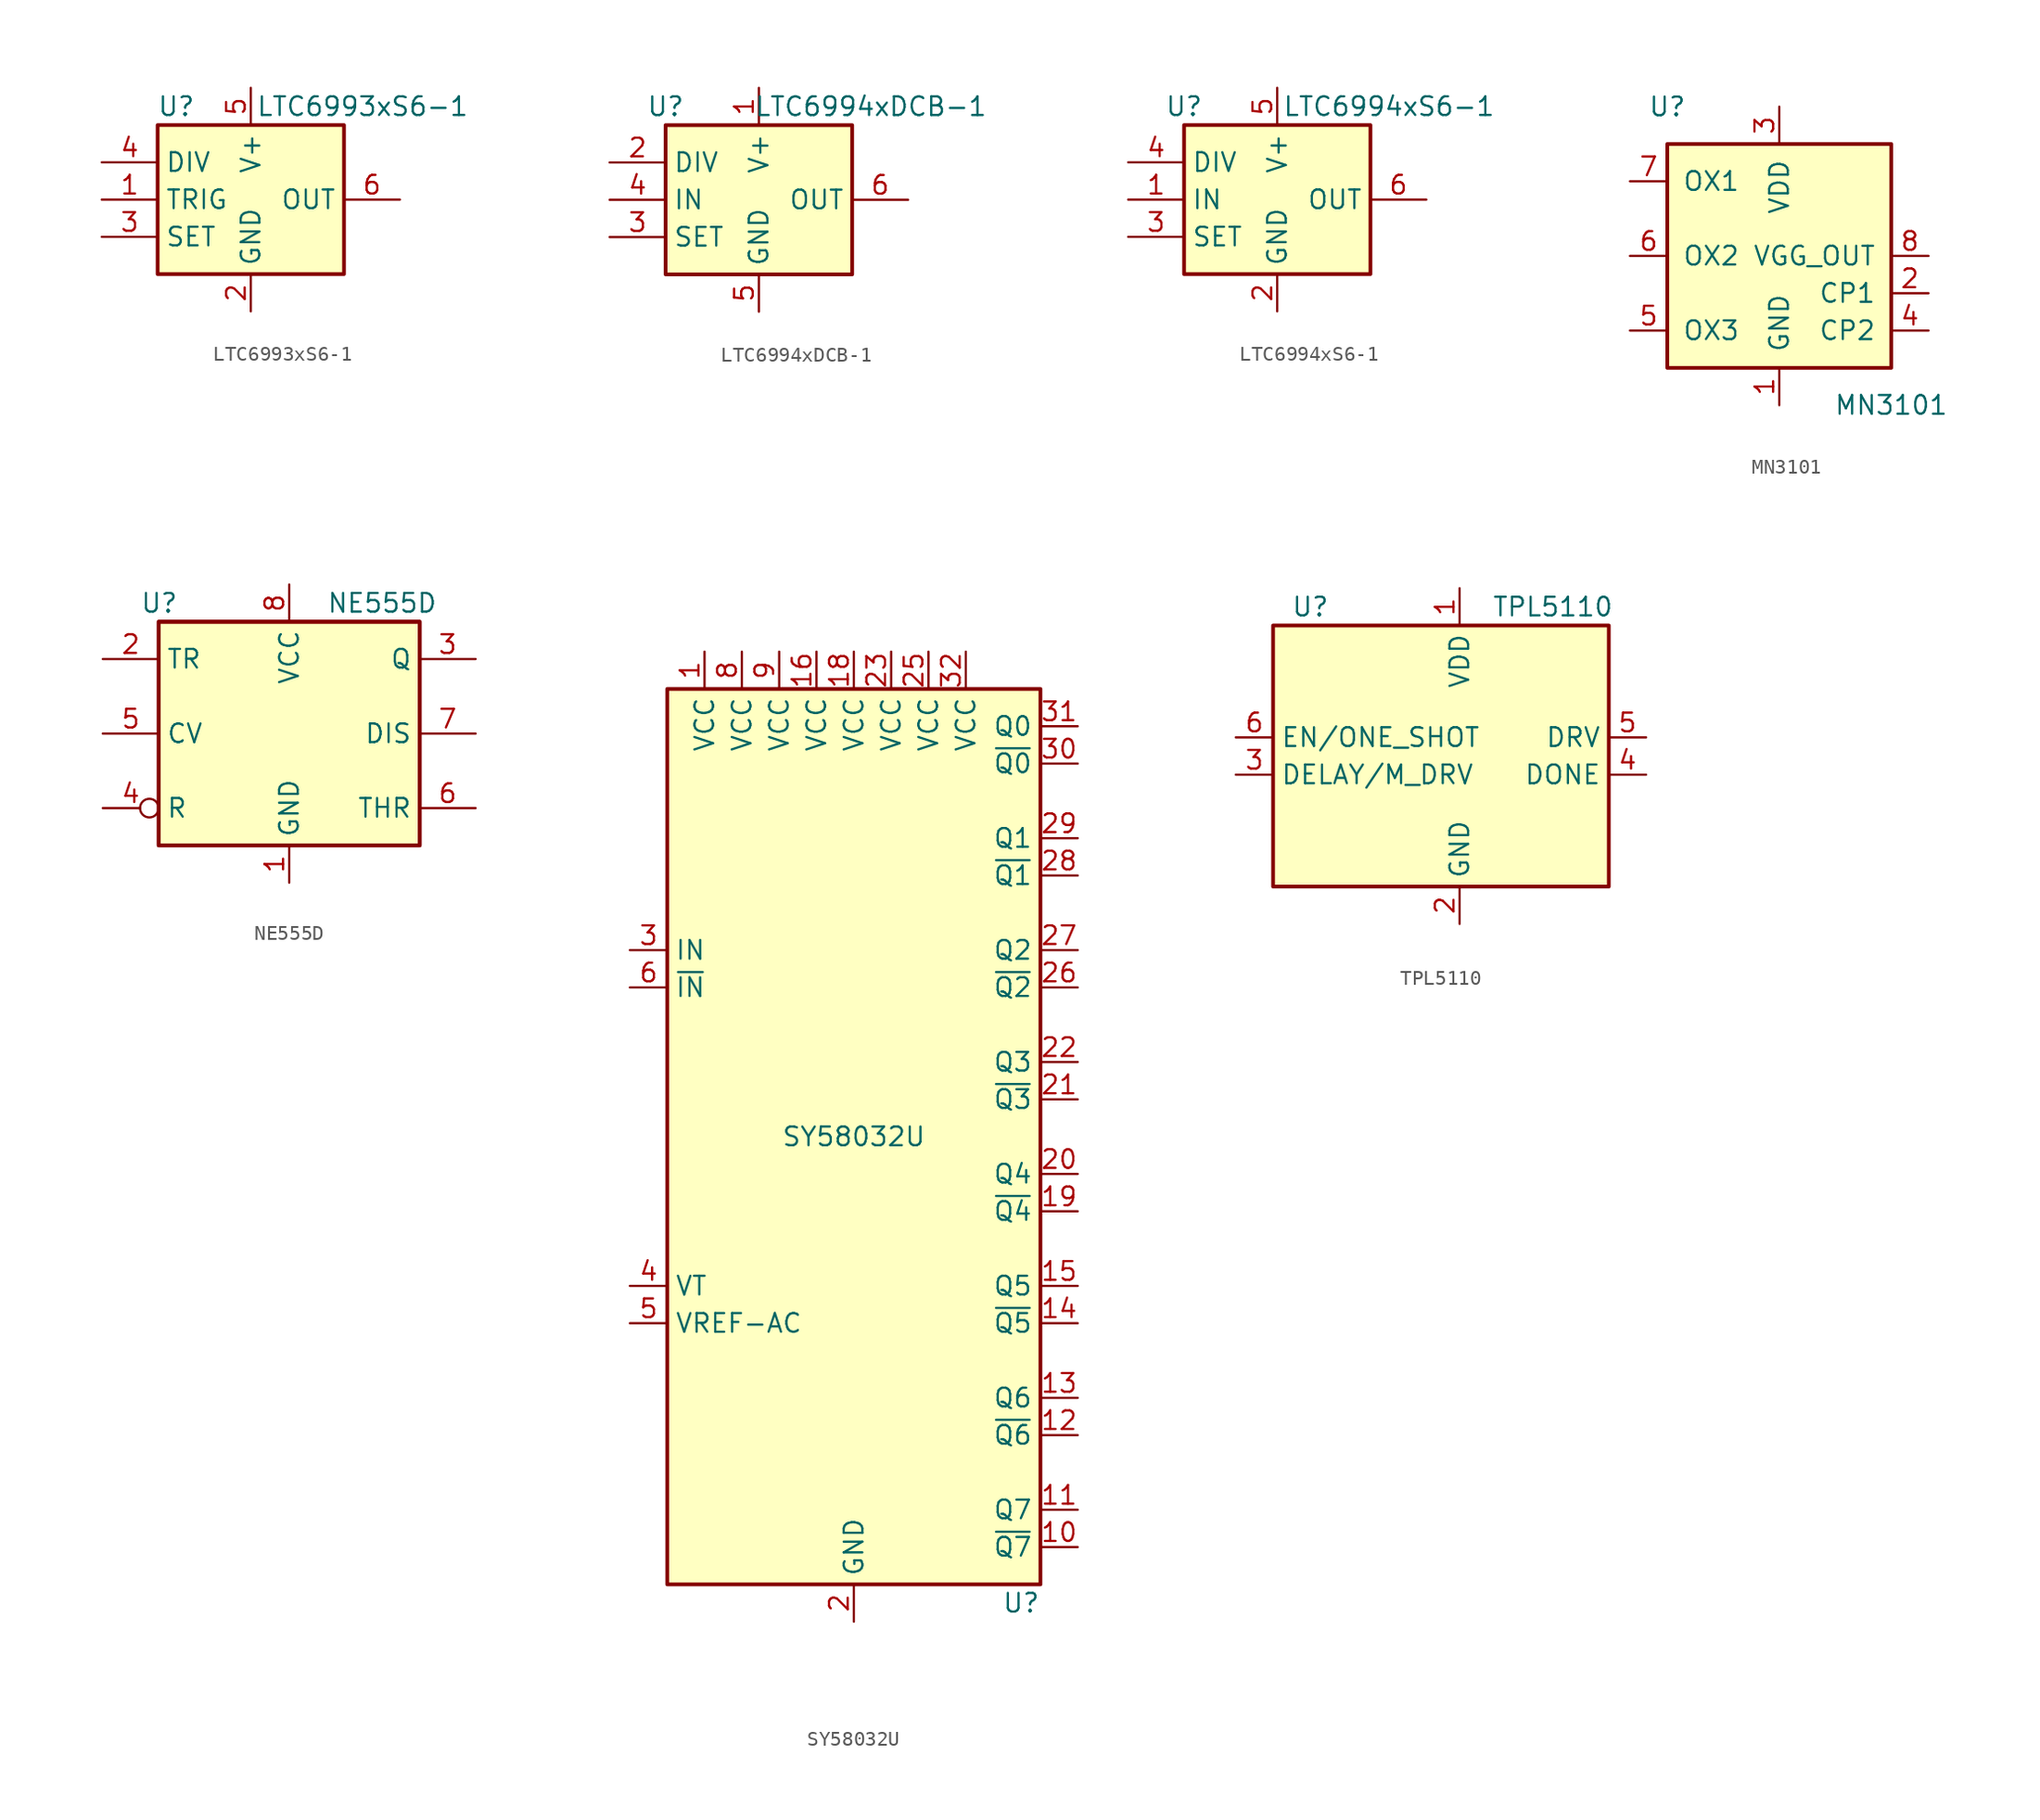
<source format=kicad_sym>
(kicad_symbol_lib
  (version 20211014)
  (generator kicad_symbol_editor)
  (symbol "LTC6993xS6-1"
    (property "Reference" "U"
      (at -5.08 6.35 0)
      (effects (font (size 1.27 1.27))))
    (property "Value" "LTC6993xS6-1"
      (at 7.62 6.35 0)
      (effects (font (size 1.27 1.27))))
    (symbol "LTC6993xS6-1_0_1"
      (rectangle (start -6.35 5.08) (end 6.35 -5.08) (stroke (width 0.254) (type default) (color 0 0 0 0)) (fill (type background))))
    (symbol "LTC6993xS6-1_1_1"
      (pin input line (at -10.16 0 0) (length 3.81) (name "TRIG" (effects (font (size 1.27 1.27)))) (number "1" (effects (font (size 1.27 1.27)))))
      (pin power_in line (at 0 -7.62 90) (length 2.54) (name "GND" (effects (font (size 1.27 1.27)))) (number "2" (effects (font (size 1.27 1.27)))))
      (pin passive line (at -10.16 -2.54 0) (length 3.81) (name "SET" (effects (font (size 1.27 1.27)))) (number "3" (effects (font (size 1.27 1.27)))))
      (pin input line (at -10.16 2.54 0) (length 3.81) (name "DIV" (effects (font (size 1.27 1.27)))) (number "4" (effects (font (size 1.27 1.27)))))
      (pin power_in line (at 0 7.62 270) (length 2.54) (name "V+" (effects (font (size 1.27 1.27)))) (number "5" (effects (font (size 1.27 1.27)))))
      (pin output line (at 10.16 0 180) (length 3.81) (name "OUT" (effects (font (size 1.27 1.27)))) (number "6" (effects (font (size 1.27 1.27)))))))
  (symbol "LTC6994xDCB-1"
    (property "Reference" "U"
      (at -6.35 6.35 0)
      (effects (font (size 1.27 1.27))))
    (property "Value" "LTC6994xDCB-1"
      (at 7.62 6.35 0)
      (effects (font (size 1.27 1.27))))
    (symbol "LTC6994xDCB-1_0_1"
      (rectangle (start -6.35 5.08) (end 6.35 -5.08) (stroke (width 0.254) (type default) (color 0 0 0 0)) (fill (type background))))
    (symbol "LTC6994xDCB-1_1_1"
      (pin power_in line (at 0 7.62 270) (length 2.54) (name "V+" (effects (font (size 1.27 1.27)))) (number "1" (effects (font (size 1.27 1.27)))))
      (pin input line (at -10.16 2.54 0) (length 3.81) (name "DIV" (effects (font (size 1.27 1.27)))) (number "2" (effects (font (size 1.27 1.27)))))
      (pin passive line (at -10.16 -2.54 0) (length 3.81) (name "SET" (effects (font (size 1.27 1.27)))) (number "3" (effects (font (size 1.27 1.27)))))
      (pin input line (at -10.16 0 0) (length 3.81) (name "IN" (effects (font (size 1.27 1.27)))) (number "4" (effects (font (size 1.27 1.27)))))
      (pin power_in line (at 0 -7.62 90) (length 2.54) (name "GND" (effects (font (size 1.27 1.27)))) (number "5" (effects (font (size 1.27 1.27)))))
      (pin output line (at 10.16 0 180) (length 3.81) (name "OUT" (effects (font (size 1.27 1.27)))) (number "6" (effects (font (size 1.27 1.27)))))))
  (symbol "LTC6994xS6-1"
    (property "Reference" "U"
      (at -6.35 6.35 0)
      (effects (font (size 1.27 1.27))))
    (property "Value" "LTC6994xS6-1"
      (at 7.62 6.35 0)
      (effects (font (size 1.27 1.27))))
    (symbol "LTC6994xS6-1_0_1"
      (rectangle (start -6.35 5.08) (end 6.35 -5.08) (stroke (width 0.254) (type default) (color 0 0 0 0)) (fill (type background))))
    (symbol "LTC6994xS6-1_1_1"
      (pin input line (at -10.16 0 0) (length 3.81) (name "IN" (effects (font (size 1.27 1.27)))) (number "1" (effects (font (size 1.27 1.27)))))
      (pin power_in line (at 0 -7.62 90) (length 2.54) (name "GND" (effects (font (size 1.27 1.27)))) (number "2" (effects (font (size 1.27 1.27)))))
      (pin passive line (at -10.16 -2.54 0) (length 3.81) (name "SET" (effects (font (size 1.27 1.27)))) (number "3" (effects (font (size 1.27 1.27)))))
      (pin input line (at -10.16 2.54 0) (length 3.81) (name "DIV" (effects (font (size 1.27 1.27)))) (number "4" (effects (font (size 1.27 1.27)))))
      (pin power_in line (at 0 7.62 270) (length 2.54) (name "V+" (effects (font (size 1.27 1.27)))) (number "5" (effects (font (size 1.27 1.27)))))
      (pin output line (at 10.16 0 180) (length 3.81) (name "OUT" (effects (font (size 1.27 1.27)))) (number "6" (effects (font (size 1.27 1.27)))))))
  (symbol "MN3101"
    (pin_names
      (offset 1.016))
    (property "Reference" "U"
      (at -7.62 10.16 0)
      (effects (font (size 1.27 1.27))))
    (property "Value" "MN3101"
      (at 7.62 -10.16 0)
      (effects (font (size 1.27 1.27))))
    (symbol "MN3101_0_1"
      (rectangle (start -7.62 7.62) (end 7.62 -7.62) (stroke (width 0.254) (type default) (color 0 0 0 0)) (fill (type background))))
    (symbol "MN3101_1_1"
      (pin power_in line (at 0 -10.16 90) (length 2.54) (name "GND" (effects (font (size 1.27 1.27)))) (number "1" (effects (font (size 1.27 1.27)))))
      (pin output line (at 10.16 -2.54 180) (length 2.54) (name "CP1" (effects (font (size 1.27 1.27)))) (number "2" (effects (font (size 1.27 1.27)))))
      (pin power_in line (at 0 10.16 270) (length 2.54) (name "VDD" (effects (font (size 1.27 1.27)))) (number "3" (effects (font (size 1.27 1.27)))))
      (pin output line (at 10.16 -5.08 180) (length 2.54) (name "CP2" (effects (font (size 1.27 1.27)))) (number "4" (effects (font (size 1.27 1.27)))))
      (pin input line (at -10.16 -5.08 0) (length 2.54) (name "OX3" (effects (font (size 1.27 1.27)))) (number "5" (effects (font (size 1.27 1.27)))))
      (pin input line (at -10.16 0 0) (length 2.54) (name "OX2" (effects (font (size 1.27 1.27)))) (number "6" (effects (font (size 1.27 1.27)))))
      (pin input line (at -10.16 5.08 0) (length 2.54) (name "OX1" (effects (font (size 1.27 1.27)))) (number "7" (effects (font (size 1.27 1.27)))))
      (pin power_out line (at 10.16 0 180) (length 2.54) (name "VGG_OUT" (effects (font (size 1.27 1.27)))) (number "8" (effects (font (size 1.27 1.27)))))))
  (symbol "NE555D"
    (property "Reference" "U"
      (at -10.16 8.89 0)
      (effects (font (size 1.27 1.27)) (justify left)))
    (property "Value" "NE555D"
      (at 2.54 8.89 0)
      (effects (font (size 1.27 1.27)) (justify left)))
    (symbol "NE555D_0_0"
      (pin power_in line (at 0 -10.16 90) (length 2.54) (name "GND" (effects (font (size 1.27 1.27)))) (number "1" (effects (font (size 1.27 1.27)))))
      (pin power_in line (at 0 10.16 270) (length 2.54) (name "VCC" (effects (font (size 1.27 1.27)))) (number "8" (effects (font (size 1.27 1.27))))))
    (symbol "NE555D_0_1"
      (rectangle (start -8.89 -7.62) (end 8.89 7.62) (stroke (width 0.254) (type default) (color 0 0 0 0)) (fill (type background)))
      (rectangle (start -8.89 -7.62) (end 8.89 7.62) (stroke (width 0.254) (type default) (color 0 0 0 0)) (fill (type background))))
    (symbol "NE555D_1_1"
      (pin input line (at -12.7 5.08 0) (length 3.81) (name "TR" (effects (font (size 1.27 1.27)))) (number "2" (effects (font (size 1.27 1.27)))))
      (pin output line (at 12.7 5.08 180) (length 3.81) (name "Q" (effects (font (size 1.27 1.27)))) (number "3" (effects (font (size 1.27 1.27)))))
      (pin input inverted (at -12.7 -5.08 0) (length 3.81) (name "R" (effects (font (size 1.27 1.27)))) (number "4" (effects (font (size 1.27 1.27)))))
      (pin input line (at -12.7 0 0) (length 3.81) (name "CV" (effects (font (size 1.27 1.27)))) (number "5" (effects (font (size 1.27 1.27)))))
      (pin input line (at 12.7 -5.08 180) (length 3.81) (name "THR" (effects (font (size 1.27 1.27)))) (number "6" (effects (font (size 1.27 1.27)))))
      (pin input line (at 12.7 0 180) (length 3.81) (name "DIS" (effects (font (size 1.27 1.27)))) (number "7" (effects (font (size 1.27 1.27)))))))
  (symbol "SY58032U"
    (property "Reference" "U"
      (at 12.7 -31.75 0)
      (effects (font (size 1.27 1.27)) (justify right)))
    (property "Value" "SY58032U"
      (at 0 0 0)
      (effects (font (size 1.27 1.27))))
    (symbol "SY58032U_0_1"
      (rectangle (start 12.7 30.48) (end -12.7 -30.48) (stroke (width 0.254) (type default) (color 0 0 0 0)) (fill (type background))))
    (symbol "SY58032U_1_1"
      (pin power_in line (at -10.16 33.02 270) (length 2.54) (name "VCC" (effects (font (size 1.27 1.27)))) (number "1" (effects (font (size 1.27 1.27)))))
      (pin open_emitter line (at 15.24 -27.94 180) (length 2.54) (name "~{Q7}" (effects (font (size 1.27 1.27)))) (number "10" (effects (font (size 1.27 1.27)))))
      (pin open_emitter line (at 15.24 -25.4 180) (length 2.54) (name "Q7" (effects (font (size 1.27 1.27)))) (number "11" (effects (font (size 1.27 1.27)))))
      (pin open_emitter line (at 15.24 -20.32 180) (length 2.54) (name "~{Q6}" (effects (font (size 1.27 1.27)))) (number "12" (effects (font (size 1.27 1.27)))))
      (pin open_emitter line (at 15.24 -17.78 180) (length 2.54) (name "Q6" (effects (font (size 1.27 1.27)))) (number "13" (effects (font (size 1.27 1.27)))))
      (pin open_emitter line (at 15.24 -12.7 180) (length 2.54) (name "~{Q5}" (effects (font (size 1.27 1.27)))) (number "14" (effects (font (size 1.27 1.27)))))
      (pin open_emitter line (at 15.24 -10.16 180) (length 2.54) (name "Q5" (effects (font (size 1.27 1.27)))) (number "15" (effects (font (size 1.27 1.27)))))
      (pin power_in line (at -2.54 33.02 270) (length 2.54) (name "VCC" (effects (font (size 1.27 1.27)))) (number "16" (effects (font (size 1.27 1.27)))))
      (pin passive line (at 0 -33.02 90) (length 2.54) hide (name "GND" (effects (font (size 1.27 1.27)))) (number "17" (effects (font (size 1.27 1.27)))))
      (pin power_in line (at 0 33.02 270) (length 2.54) (name "VCC" (effects (font (size 1.27 1.27)))) (number "18" (effects (font (size 1.27 1.27)))))
      (pin open_emitter line (at 15.24 -5.08 180) (length 2.54) (name "~{Q4}" (effects (font (size 1.27 1.27)))) (number "19" (effects (font (size 1.27 1.27)))))
      (pin power_in line (at 0 -33.02 90) (length 2.54) (name "GND" (effects (font (size 1.27 1.27)))) (number "2" (effects (font (size 1.27 1.27)))))
      (pin open_emitter line (at 15.24 -2.54 180) (length 2.54) (name "Q4" (effects (font (size 1.27 1.27)))) (number "20" (effects (font (size 1.27 1.27)))))
      (pin open_emitter line (at 15.24 2.54 180) (length 2.54) (name "~{Q3}" (effects (font (size 1.27 1.27)))) (number "21" (effects (font (size 1.27 1.27)))))
      (pin open_emitter line (at 15.24 5.08 180) (length 2.54) (name "Q3" (effects (font (size 1.27 1.27)))) (number "22" (effects (font (size 1.27 1.27)))))
      (pin power_in line (at 2.54 33.02 270) (length 2.54) (name "VCC" (effects (font (size 1.27 1.27)))) (number "23" (effects (font (size 1.27 1.27)))))
      (pin passive line (at 0 -33.02 90) (length 2.54) hide (name "GND" (effects (font (size 1.27 1.27)))) (number "24" (effects (font (size 1.27 1.27)))))
      (pin power_in line (at 5.08 33.02 270) (length 2.54) (name "VCC" (effects (font (size 1.27 1.27)))) (number "25" (effects (font (size 1.27 1.27)))))
      (pin open_emitter line (at 15.24 10.16 180) (length 2.54) (name "~{Q2}" (effects (font (size 1.27 1.27)))) (number "26" (effects (font (size 1.27 1.27)))))
      (pin open_emitter line (at 15.24 12.7 180) (length 2.54) (name "Q2" (effects (font (size 1.27 1.27)))) (number "27" (effects (font (size 1.27 1.27)))))
      (pin open_emitter line (at 15.24 17.78 180) (length 2.54) (name "~{Q1}" (effects (font (size 1.27 1.27)))) (number "28" (effects (font (size 1.27 1.27)))))
      (pin open_emitter line (at 15.24 20.32 180) (length 2.54) (name "Q1" (effects (font (size 1.27 1.27)))) (number "29" (effects (font (size 1.27 1.27)))))
      (pin input line (at -15.24 12.7 0) (length 2.54) (name "IN" (effects (font (size 1.27 1.27)))) (number "3" (effects (font (size 1.27 1.27)))))
      (pin open_emitter line (at 15.24 25.4 180) (length 2.54) (name "~{Q0}" (effects (font (size 1.27 1.27)))) (number "30" (effects (font (size 1.27 1.27)))))
      (pin open_emitter line (at 15.24 27.94 180) (length 2.54) (name "Q0" (effects (font (size 1.27 1.27)))) (number "31" (effects (font (size 1.27 1.27)))))
      (pin power_in line (at 7.62 33.02 270) (length 2.54) (name "VCC" (effects (font (size 1.27 1.27)))) (number "32" (effects (font (size 1.27 1.27)))))
      (pin passive line (at 0 -33.02 90) (length 2.54) hide (name "GND" (effects (font (size 1.27 1.27)))) (number "33" (effects (font (size 1.27 1.27)))))
      (pin passive line (at -15.24 -10.16 0) (length 2.54) (name "VT" (effects (font (size 1.27 1.27)))) (number "4" (effects (font (size 1.27 1.27)))))
      (pin passive line (at -15.24 -12.7 0) (length 2.54) (name "VREF-AC" (effects (font (size 1.27 1.27)))) (number "5" (effects (font (size 1.27 1.27)))))
      (pin input line (at -15.24 10.16 0) (length 2.54) (name "~{IN}" (effects (font (size 1.27 1.27)))) (number "6" (effects (font (size 1.27 1.27)))))
      (pin passive line (at 0 -33.02 90) (length 2.54) hide (name "GND" (effects (font (size 1.27 1.27)))) (number "7" (effects (font (size 1.27 1.27)))))
      (pin power_in line (at -7.62 33.02 270) (length 2.54) (name "VCC" (effects (font (size 1.27 1.27)))) (number "8" (effects (font (size 1.27 1.27)))))
      (pin power_in line (at -5.08 33.02 270) (length 2.54) (name "VCC" (effects (font (size 1.27 1.27)))) (number "9" (effects (font (size 1.27 1.27)))))))
  (symbol "TPL5110"
    (property "Reference" "U"
      (at -10.16 8.89 0)
      (effects (font (size 1.27 1.27))))
    (property "Value" "TPL5110"
      (at 6.35 8.89 0)
      (effects (font (size 1.27 1.27))))
    (symbol "TPL5110_0_1"
      (rectangle (start -12.7 7.62) (end 10.16 -10.16) (stroke (width 0.254) (type default) (color 0 0 0 0)) (fill (type background))))
    (symbol "TPL5110_1_1"
      (pin power_in line (at 0 10.16 270) (length 2.54) (name "VDD" (effects (font (size 1.27 1.27)))) (number "1" (effects (font (size 1.27 1.27)))))
      (pin power_in line (at 0 -12.7 90) (length 2.54) (name "GND" (effects (font (size 1.27 1.27)))) (number "2" (effects (font (size 1.27 1.27)))))
      (pin input line (at -15.24 -2.54 0) (length 2.54) (name "DELAY/M_DRV" (effects (font (size 1.27 1.27)))) (number "3" (effects (font (size 1.27 1.27)))))
      (pin input line (at 12.7 -2.54 180) (length 2.54) (name "DONE" (effects (font (size 1.27 1.27)))) (number "4" (effects (font (size 1.27 1.27)))))
      (pin output line (at 12.7 0 180) (length 2.54) (name "DRV" (effects (font (size 1.27 1.27)))) (number "5" (effects (font (size 1.27 1.27)))))
      (pin input line (at -15.24 0 0) (length 2.54) (name "EN/ONE_SHOT" (effects (font (size 1.27 1.27)))) (number "6" (effects (font (size 1.27 1.27))))))))
</source>
